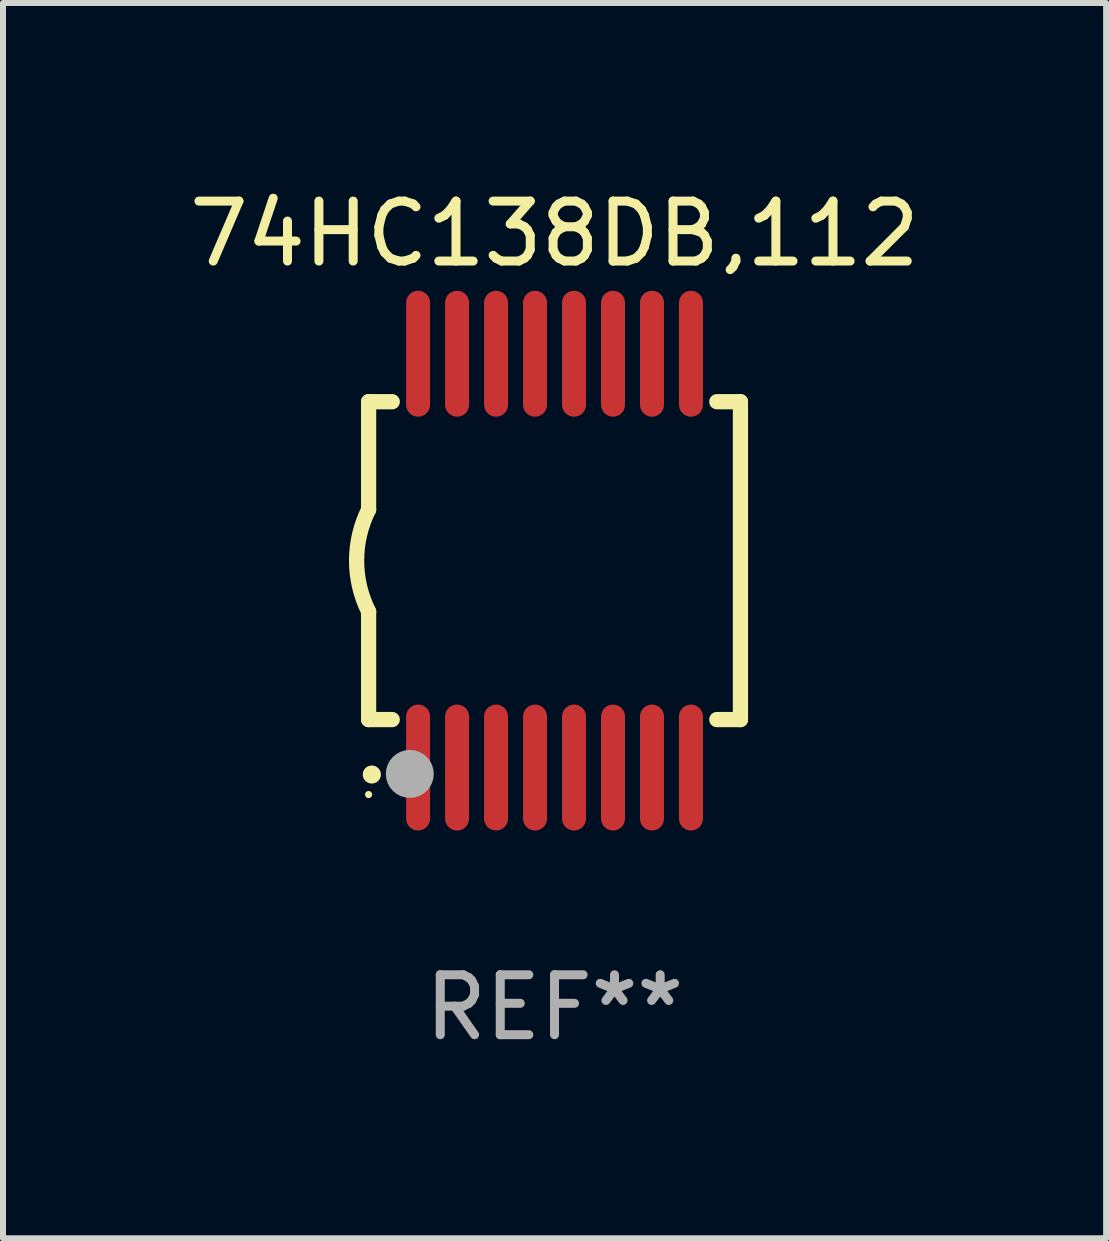
<source format=kicad_pcb>
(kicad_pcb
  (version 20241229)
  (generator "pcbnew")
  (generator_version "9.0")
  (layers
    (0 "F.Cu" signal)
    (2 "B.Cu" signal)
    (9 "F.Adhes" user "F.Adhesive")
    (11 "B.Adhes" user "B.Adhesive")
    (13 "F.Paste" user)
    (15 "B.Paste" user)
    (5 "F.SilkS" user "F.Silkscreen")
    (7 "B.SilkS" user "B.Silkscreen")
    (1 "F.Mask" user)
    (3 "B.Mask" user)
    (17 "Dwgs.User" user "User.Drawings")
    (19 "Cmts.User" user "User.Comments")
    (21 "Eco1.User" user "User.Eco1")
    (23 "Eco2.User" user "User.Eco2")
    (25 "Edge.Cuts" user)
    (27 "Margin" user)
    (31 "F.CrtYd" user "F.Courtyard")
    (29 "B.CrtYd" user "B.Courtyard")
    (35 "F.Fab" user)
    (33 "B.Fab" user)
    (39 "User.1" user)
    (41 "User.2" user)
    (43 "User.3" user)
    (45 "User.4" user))
  (footprint "74HC138DB,112"
    (layer "F.Cu")
    (at 6.196 6.298)
    (property "Reference" "74HC138DB,112" (at 0 -5.45 0) (layer "F.SilkS") (effects (font (size 1 1) (thickness 0.15))))
    (attr through_hole)
    (fp_line (start -3.1 -2.65) (end -3.1 -0.85) (stroke (width 0.254) (type solid)) (layer "F.SilkS"))
    (fp_line (start -3.1 -2.65) (end -2.706 -2.65) (stroke (width 0.254) (type solid)) (layer "F.SilkS"))
    (fp_line (start -3.1 2.65) (end -3.1 0.85) (stroke (width 0.254) (type solid)) (layer "F.SilkS"))
    (fp_line (start -3.1 2.65) (end -2.706 2.65) (stroke (width 0.254) (type solid)) (layer "F.SilkS"))
    (fp_line (start 2.706 -2.65) (end 3.1 -2.65) (stroke (width 0.254) (type solid)) (layer "F.SilkS"))
    (fp_line (start 2.706 2.65) (end 3.1 2.65) (stroke (width 0.254) (type solid)) (layer "F.SilkS"))
    (fp_line (start 3.1 -2.65) (end 3.1 2.65) (stroke (width 0.254) (type solid)) (layer "F.SilkS"))
    (fp_arc (start -3.098907 0.850902) (mid -3.300057 0.000523) (end -3.1 -0.850114) (stroke (width 0.254001) (type solid)) (layer "F.SilkS"))
    (fp_arc (start -3.048006 3.566066) (mid -3.046736 3.566061) (end -3.045466 3.566066) (stroke (width 0.3) (type solid)) (layer "F.SilkS"))
    (fp_circle (center -3.1 3.9) (end -3.07 3.9) (stroke (width 0.06) (type solid)) (fill no) (layer "F.SilkS"))
    (fp_circle (center -2.413 3.556) (end -2.213 3.556) (stroke (width 0.4) (type solid)) (fill no) (layer "F.Fab"))
    (fp_text user "REF**" (at 0 7.45 0) (layer "F.Fab") (effects (font (size 1 1) (thickness 0.15))))
    (pad "1" smd oval (at -2.275 3.45 180) (size 0.4 2.1) (layers "F.Cu" "F.Mask" "F.Paste"))
    (pad "2" smd oval (at -1.625 3.45 180) (size 0.4 2.1) (layers "F.Cu" "F.Mask" "F.Paste"))
    (pad "3" smd oval (at -0.975 3.45 180) (size 0.4 2.1) (layers "F.Cu" "F.Mask" "F.Paste"))
    (pad "4" smd oval (at -0.325 3.45 180) (size 0.4 2.1) (layers "F.Cu" "F.Mask" "F.Paste"))
    (pad "5" smd oval (at 0.325 3.45 180) (size 0.4 2.1) (layers "F.Cu" "F.Mask" "F.Paste"))
    (pad "6" smd oval (at 0.975 3.45 180) (size 0.4 2.1) (layers "F.Cu" "F.Mask" "F.Paste"))
    (pad "7" smd oval (at 1.625 3.45 180) (size 0.4 2.1) (layers "F.Cu" "F.Mask" "F.Paste"))
    (pad "8" smd oval (at 2.275 3.45 180) (size 0.4 2.1) (layers "F.Cu" "F.Mask" "F.Paste"))
    (pad "9" smd oval (at 2.275 -3.45 180) (size 0.4 2.1) (layers "F.Cu" "F.Mask" "F.Paste"))
    (pad "10" smd oval (at 1.625 -3.45 180) (size 0.4 2.1) (layers "F.Cu" "F.Mask" "F.Paste"))
    (pad "11" smd oval (at 0.975 -3.45 180) (size 0.4 2.1) (layers "F.Cu" "F.Mask" "F.Paste"))
    (pad "12" smd oval (at 0.325 -3.45 180) (size 0.4 2.1) (layers "F.Cu" "F.Mask" "F.Paste"))
    (pad "13" smd oval (at -0.325 -3.45 180) (size 0.4 2.1) (layers "F.Cu" "F.Mask" "F.Paste"))
    (pad "14" smd oval (at -0.975 -3.45 180) (size 0.4 2.1) (layers "F.Cu" "F.Mask" "F.Paste"))
    (pad "15" smd oval (at -1.625 -3.45 180) (size 0.4 2.1) (layers "F.Cu" "F.Mask" "F.Paste"))
    (pad "16" smd oval (at -2.275 -3.45 180) (size 0.4 2.1) (layers "F.Cu" "F.Mask" "F.Paste")))
  (gr_rect
    (start -3 -3)
    (end 15.393 17.597)
    (stroke (width 0.1) (type default))
    (fill no)
    (layer "Edge.Cuts")))
</source>
